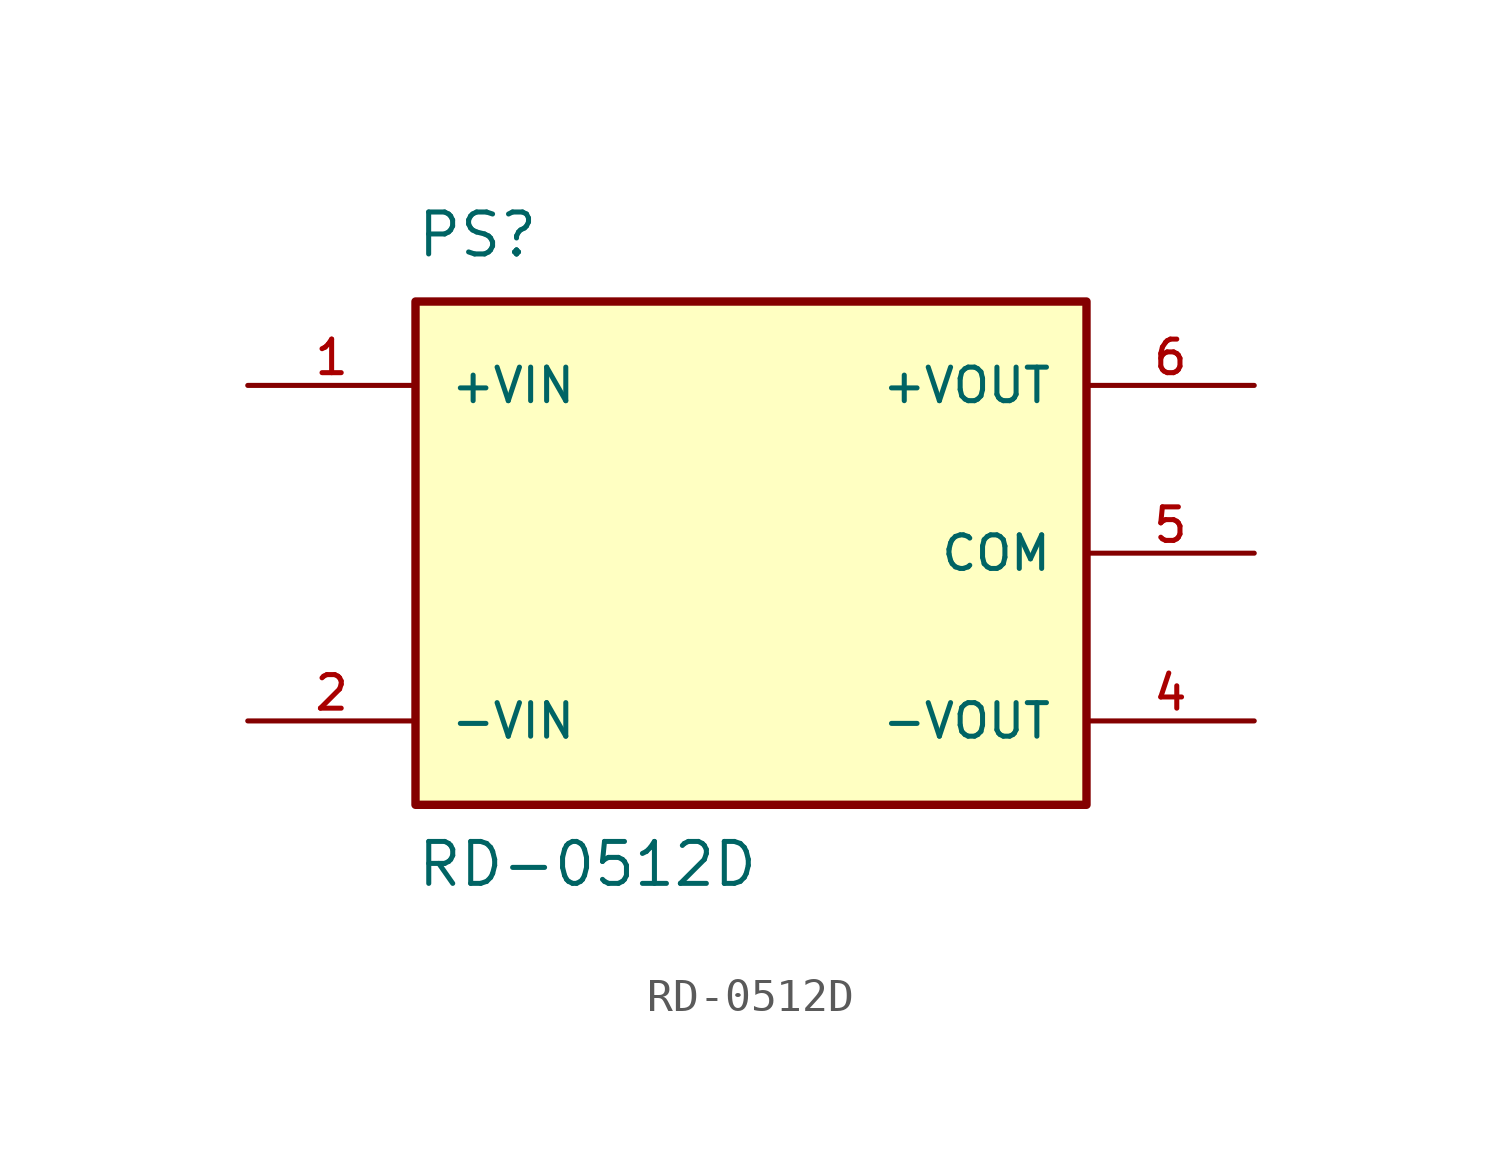
<source format=kicad_sym>
(kicad_symbol_lib
  (version 20211014)
  (generator kicad_symbol_editor)
  (symbol "RD-0512D"
    (pin_names
      (offset 1.016))
    (property "Reference" "PS"
      (at -10.164 8.898 0)
      (effects (font (size 1.27 1.27)) (justify bottom left)))
    (property "Value" "RD-0512D"
      (at -10.161 -10.163 0)
      (effects (font (size 1.27 1.27)) (justify bottom left)))
    (symbol "RD-0512D_0_0"
      (rectangle (start -10.16 -7.62) (end 10.16 7.62) (stroke (width 0.254)) (fill (type background)))
      (pin input line (at -15.24 5.08 0) (length 5.08) (name "+VIN" (effects (font (size 1.016 1.016)))) (number "1" (effects (font (size 1.016 1.016)))))
      (pin output line (at 15.24 5.08 180.0) (length 5.08) (name "+VOUT" (effects (font (size 1.016 1.016)))) (number "6" (effects (font (size 1.016 1.016)))))
      (pin output line (at 15.24 -5.08 180.0) (length 5.08) (name "-VOUT" (effects (font (size 1.016 1.016)))) (number "4" (effects (font (size 1.016 1.016)))))
      (pin power_in line (at 15.24 0.0 180.0) (length 5.08) (name "COM" (effects (font (size 1.016 1.016)))) (number "5" (effects (font (size 1.016 1.016)))))
      (pin input line (at -15.24 -5.08 0) (length 5.08) (name "-VIN" (effects (font (size 1.016 1.016)))) (number "2" (effects (font (size 1.016 1.016))))))))
</source>
